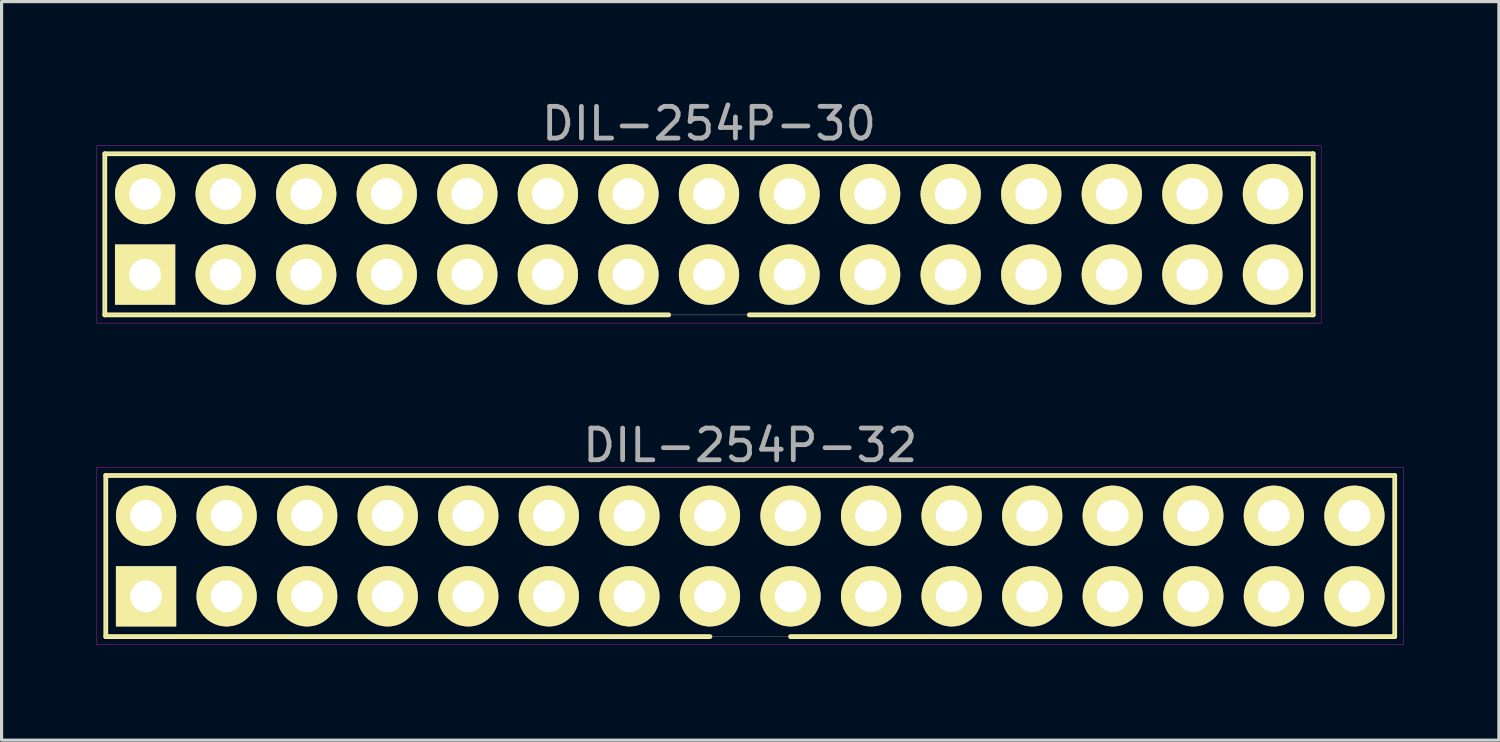
<source format=kicad_pcb>
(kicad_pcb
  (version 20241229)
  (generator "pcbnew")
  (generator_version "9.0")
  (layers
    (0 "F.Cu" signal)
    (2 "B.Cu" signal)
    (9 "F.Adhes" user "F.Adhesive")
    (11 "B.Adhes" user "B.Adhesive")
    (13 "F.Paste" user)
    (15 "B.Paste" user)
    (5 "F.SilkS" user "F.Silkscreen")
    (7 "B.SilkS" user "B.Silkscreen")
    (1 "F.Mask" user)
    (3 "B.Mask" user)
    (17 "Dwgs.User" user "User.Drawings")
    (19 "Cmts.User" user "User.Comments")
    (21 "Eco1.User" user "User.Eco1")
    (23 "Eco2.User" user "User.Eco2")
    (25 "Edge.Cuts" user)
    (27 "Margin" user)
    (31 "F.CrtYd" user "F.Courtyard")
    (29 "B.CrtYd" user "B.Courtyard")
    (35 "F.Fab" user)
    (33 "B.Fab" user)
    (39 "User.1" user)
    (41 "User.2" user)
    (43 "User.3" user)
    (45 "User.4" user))
  (footprint "DIL-254P-32"
    (layer "F.Cu")
    (at 20.605 14.482)
    (property "Reference" "DIL-254P-32" (at 0 -3.49 0) (layer "F.Fab") (effects (font (size 1 1) (thickness 0.15))))
    (attr through_hole)
    (fp_line (start -20.32 -2.54) (end 20.32 -2.54) (stroke (width 0.15) (type solid)) (layer "F.SilkS"))
    (fp_line (start -20.32 2.54) (end -20.32 -2.54) (stroke (width 0.15) (type solid)) (layer "F.SilkS"))
    (fp_line (start -1.27 2.54) (end -20.32 2.54) (stroke (width 0.15) (type solid)) (layer "F.SilkS"))
    (fp_line (start 20.32 -2.54) (end 20.32 2.54) (stroke (width 0.15) (type solid)) (layer "F.SilkS"))
    (fp_line (start 20.32 2.54) (end 1.27 2.54) (stroke (width 0.15) (type solid)) (layer "F.SilkS"))
    (fp_line (start -20.6 -2.8) (end 20.6 -2.8) (stroke (width 0.01) (type solid)) (layer "F.CrtYd"))
    (fp_line (start -20.6 2.8) (end -20.6 -2.8) (stroke (width 0.01) (type solid)) (layer "F.CrtYd"))
    (fp_line (start 20.6 -2.8) (end 20.6 2.8) (stroke (width 0.01) (type solid)) (layer "F.CrtYd"))
    (fp_line (start 20.6 2.8) (end -20.6 2.8) (stroke (width 0.01) (type solid)) (layer "F.CrtYd"))
    (fp_line (start -20.32 -2.54) (end 20.32 -2.54) (stroke (width 0.01) (type solid)) (layer "F.Fab"))
    (fp_line (start -20.32 2.54) (end -20.32 -2.54) (stroke (width 0.01) (type solid)) (layer "F.Fab"))
    (fp_line (start 20.32 -2.54) (end 20.32 2.54) (stroke (width 0.01) (type solid)) (layer "F.Fab"))
    (fp_line (start 20.32 2.54) (end -20.32 2.54) (stroke (width 0.01) (type solid)) (layer "F.Fab"))
    (pad "1" thru_hole rect (at -19.05 1.27) (size 1.9 1.9) (drill 1) (layers "*.Cu" "*.Mask" "F.SilkS"))
    (pad "2" thru_hole circle (at -19.05 -1.27) (size 1.9 1.9) (drill 1) (layers "*.Cu" "*.Mask" "F.SilkS"))
    (pad "3" thru_hole circle (at -16.51 1.27) (size 1.9 1.9) (drill 1) (layers "*.Cu" "*.Mask" "F.SilkS"))
    (pad "4" thru_hole circle (at -16.51 -1.27) (size 1.9 1.9) (drill 1) (layers "*.Cu" "*.Mask" "F.SilkS"))
    (pad "5" thru_hole circle (at -13.97 1.27) (size 1.9 1.9) (drill 1) (layers "*.Cu" "*.Mask" "F.SilkS"))
    (pad "6" thru_hole circle (at -13.97 -1.27) (size 1.9 1.9) (drill 1) (layers "*.Cu" "*.Mask" "F.SilkS"))
    (pad "7" thru_hole circle (at -11.43 1.27) (size 1.9 1.9) (drill 1) (layers "*.Cu" "*.Mask" "F.SilkS"))
    (pad "8" thru_hole circle (at -11.43 -1.27) (size 1.9 1.9) (drill 1) (layers "*.Cu" "*.Mask" "F.SilkS"))
    (pad "9" thru_hole circle (at -8.89 1.27) (size 1.9 1.9) (drill 1) (layers "*.Cu" "*.Mask" "F.SilkS"))
    (pad "10" thru_hole circle (at -8.89 -1.27) (size 1.9 1.9) (drill 1) (layers "*.Cu" "*.Mask" "F.SilkS"))
    (pad "11" thru_hole circle (at -6.35 1.27) (size 1.9 1.9) (drill 1) (layers "*.Cu" "*.Mask" "F.SilkS"))
    (pad "12" thru_hole circle (at -6.35 -1.27) (size 1.9 1.9) (drill 1) (layers "*.Cu" "*.Mask" "F.SilkS"))
    (pad "13" thru_hole circle (at -3.81 1.27) (size 1.9 1.9) (drill 1) (layers "*.Cu" "*.Mask" "F.SilkS"))
    (pad "14" thru_hole circle (at -3.81 -1.27) (size 1.9 1.9) (drill 1) (layers "*.Cu" "*.Mask" "F.SilkS"))
    (pad "15" thru_hole circle (at -1.27 1.27) (size 1.9 1.9) (drill 1) (layers "*.Cu" "*.Mask" "F.SilkS"))
    (pad "16" thru_hole circle (at -1.27 -1.27) (size 1.9 1.9) (drill 1) (layers "*.Cu" "*.Mask" "F.SilkS"))
    (pad "17" thru_hole circle (at 1.27 1.27) (size 1.9 1.9) (drill 1) (layers "*.Cu" "*.Mask" "F.SilkS"))
    (pad "18" thru_hole circle (at 1.27 -1.27) (size 1.9 1.9) (drill 1) (layers "*.Cu" "*.Mask" "F.SilkS"))
    (pad "19" thru_hole circle (at 3.81 1.27) (size 1.9 1.9) (drill 1) (layers "*.Cu" "*.Mask" "F.SilkS"))
    (pad "20" thru_hole circle (at 3.81 -1.27) (size 1.9 1.9) (drill 1) (layers "*.Cu" "*.Mask" "F.SilkS"))
    (pad "21" thru_hole circle (at 6.35 1.27) (size 1.9 1.9) (drill 1) (layers "*.Cu" "*.Mask" "F.SilkS"))
    (pad "22" thru_hole circle (at 6.35 -1.27) (size 1.9 1.9) (drill 1) (layers "*.Cu" "*.Mask" "F.SilkS"))
    (pad "23" thru_hole circle (at 8.89 1.27) (size 1.9 1.9) (drill 1) (layers "*.Cu" "*.Mask" "F.SilkS"))
    (pad "24" thru_hole circle (at 8.89 -1.27) (size 1.9 1.9) (drill 1) (layers "*.Cu" "*.Mask" "F.SilkS"))
    (pad "25" thru_hole circle (at 11.43 1.27) (size 1.9 1.9) (drill 1) (layers "*.Cu" "*.Mask" "F.SilkS"))
    (pad "26" thru_hole circle (at 11.43 -1.27) (size 1.9 1.9) (drill 1) (layers "*.Cu" "*.Mask" "F.SilkS"))
    (pad "27" thru_hole circle (at 13.97 1.27) (size 1.9 1.9) (drill 1) (layers "*.Cu" "*.Mask" "F.SilkS"))
    (pad "28" thru_hole circle (at 13.97 -1.27) (size 1.9 1.9) (drill 1) (layers "*.Cu" "*.Mask" "F.SilkS"))
    (pad "29" thru_hole circle (at 16.51 1.27) (size 1.9 1.9) (drill 1) (layers "*.Cu" "*.Mask" "F.SilkS"))
    (pad "30" thru_hole circle (at 16.51 -1.27) (size 1.9 1.9) (drill 1) (layers "*.Cu" "*.Mask" "F.SilkS"))
    (pad "31" thru_hole circle (at 19.05 1.27) (size 1.9 1.9) (drill 1) (layers "*.Cu" "*.Mask" "F.SilkS"))
    (pad "32" thru_hole circle (at 19.05 -1.27) (size 1.9 1.9) (drill 1) (layers "*.Cu" "*.Mask" "F.SilkS")))
  (footprint "DIL-254P-30"
    (layer "F.Cu")
    (at 19.305 4.338)
    (property "Reference" "DIL-254P-30" (at 0 -3.49 0) (layer "F.Fab") (effects (font (size 1 1) (thickness 0.15))))
    (attr through_hole)
    (fp_line (start -19.05 -2.54) (end 19.05 -2.54) (stroke (width 0.15) (type solid)) (layer "F.SilkS"))
    (fp_line (start -19.05 2.54) (end -19.05 -2.54) (stroke (width 0.15) (type solid)) (layer "F.SilkS"))
    (fp_line (start -1.27 2.54) (end -19.05 2.54) (stroke (width 0.15) (type solid)) (layer "F.SilkS"))
    (fp_line (start 19.05 -2.54) (end 19.05 2.54) (stroke (width 0.15) (type solid)) (layer "F.SilkS"))
    (fp_line (start 19.05 2.54) (end 1.27 2.54) (stroke (width 0.15) (type solid)) (layer "F.SilkS"))
    (fp_line (start -19.3 -2.8) (end 19.3 -2.8) (stroke (width 0.01) (type solid)) (layer "F.CrtYd"))
    (fp_line (start -19.3 2.8) (end -19.3 -2.8) (stroke (width 0.01) (type solid)) (layer "F.CrtYd"))
    (fp_line (start 19.3 -2.8) (end 19.3 2.8) (stroke (width 0.01) (type solid)) (layer "F.CrtYd"))
    (fp_line (start 19.3 2.8) (end -19.3 2.8) (stroke (width 0.01) (type solid)) (layer "F.CrtYd"))
    (fp_line (start -19.05 -2.54) (end 19.05 -2.54) (stroke (width 0.01) (type solid)) (layer "F.Fab"))
    (fp_line (start -19.05 2.54) (end -19.05 -2.54) (stroke (width 0.01) (type solid)) (layer "F.Fab"))
    (fp_line (start 19.05 -2.54) (end 19.05 2.54) (stroke (width 0.01) (type solid)) (layer "F.Fab"))
    (fp_line (start 19.05 2.54) (end -19.05 2.54) (stroke (width 0.01) (type solid)) (layer "F.Fab"))
    (pad "1" thru_hole rect (at -17.78 1.27) (size 1.9 1.9) (drill 1) (layers "*.Cu" "*.Mask" "F.SilkS"))
    (pad "2" thru_hole circle (at -17.78 -1.27) (size 1.9 1.9) (drill 1) (layers "*.Cu" "*.Mask" "F.SilkS"))
    (pad "3" thru_hole circle (at -15.24 1.27) (size 1.9 1.9) (drill 1) (layers "*.Cu" "*.Mask" "F.SilkS"))
    (pad "4" thru_hole circle (at -15.24 -1.27) (size 1.9 1.9) (drill 1) (layers "*.Cu" "*.Mask" "F.SilkS"))
    (pad "5" thru_hole circle (at -12.7 1.27) (size 1.9 1.9) (drill 1) (layers "*.Cu" "*.Mask" "F.SilkS"))
    (pad "6" thru_hole circle (at -12.7 -1.27) (size 1.9 1.9) (drill 1) (layers "*.Cu" "*.Mask" "F.SilkS"))
    (pad "7" thru_hole circle (at -10.16 1.27) (size 1.9 1.9) (drill 1) (layers "*.Cu" "*.Mask" "F.SilkS"))
    (pad "8" thru_hole circle (at -10.16 -1.27) (size 1.9 1.9) (drill 1) (layers "*.Cu" "*.Mask" "F.SilkS"))
    (pad "9" thru_hole circle (at -7.62 1.27) (size 1.9 1.9) (drill 1) (layers "*.Cu" "*.Mask" "F.SilkS"))
    (pad "10" thru_hole circle (at -7.62 -1.27) (size 1.9 1.9) (drill 1) (layers "*.Cu" "*.Mask" "F.SilkS"))
    (pad "11" thru_hole circle (at -5.08 1.27) (size 1.9 1.9) (drill 1) (layers "*.Cu" "*.Mask" "F.SilkS"))
    (pad "12" thru_hole circle (at -5.08 -1.27) (size 1.9 1.9) (drill 1) (layers "*.Cu" "*.Mask" "F.SilkS"))
    (pad "13" thru_hole circle (at -2.54 1.27) (size 1.9 1.9) (drill 1) (layers "*.Cu" "*.Mask" "F.SilkS"))
    (pad "14" thru_hole circle (at -2.54 -1.27) (size 1.9 1.9) (drill 1) (layers "*.Cu" "*.Mask" "F.SilkS"))
    (pad "15" thru_hole circle (at 0 1.27) (size 1.9 1.9) (drill 1) (layers "*.Cu" "*.Mask" "F.SilkS"))
    (pad "16" thru_hole circle (at 0 -1.27) (size 1.9 1.9) (drill 1) (layers "*.Cu" "*.Mask" "F.SilkS"))
    (pad "17" thru_hole circle (at 2.54 1.27) (size 1.9 1.9) (drill 1) (layers "*.Cu" "*.Mask" "F.SilkS"))
    (pad "18" thru_hole circle (at 2.54 -1.27) (size 1.9 1.9) (drill 1) (layers "*.Cu" "*.Mask" "F.SilkS"))
    (pad "19" thru_hole circle (at 5.08 1.27) (size 1.9 1.9) (drill 1) (layers "*.Cu" "*.Mask" "F.SilkS"))
    (pad "20" thru_hole circle (at 5.08 -1.27) (size 1.9 1.9) (drill 1) (layers "*.Cu" "*.Mask" "F.SilkS"))
    (pad "21" thru_hole circle (at 7.62 1.27) (size 1.9 1.9) (drill 1) (layers "*.Cu" "*.Mask" "F.SilkS"))
    (pad "22" thru_hole circle (at 7.62 -1.27) (size 1.9 1.9) (drill 1) (layers "*.Cu" "*.Mask" "F.SilkS"))
    (pad "23" thru_hole circle (at 10.16 1.27) (size 1.9 1.9) (drill 1) (layers "*.Cu" "*.Mask" "F.SilkS"))
    (pad "24" thru_hole circle (at 10.16 -1.27) (size 1.9 1.9) (drill 1) (layers "*.Cu" "*.Mask" "F.SilkS"))
    (pad "25" thru_hole circle (at 12.7 1.27) (size 1.9 1.9) (drill 1) (layers "*.Cu" "*.Mask" "F.SilkS"))
    (pad "26" thru_hole circle (at 12.7 -1.27) (size 1.9 1.9) (drill 1) (layers "*.Cu" "*.Mask" "F.SilkS"))
    (pad "27" thru_hole circle (at 15.24 1.27) (size 1.9 1.9) (drill 1) (layers "*.Cu" "*.Mask" "F.SilkS"))
    (pad "28" thru_hole circle (at 15.24 -1.27) (size 1.9 1.9) (drill 1) (layers "*.Cu" "*.Mask" "F.SilkS"))
    (pad "29" thru_hole circle (at 17.78 1.27) (size 1.9 1.9) (drill 1) (layers "*.Cu" "*.Mask" "F.SilkS"))
    (pad "30" thru_hole circle (at 17.78 -1.27) (size 1.9 1.9) (drill 1) (layers "*.Cu" "*.Mask" "F.SilkS")))
  (gr_rect
    (start -3 -3)
    (end 44.21 20.287)
    (stroke (width 0.1) (type default))
    (fill no)
    (layer "Edge.Cuts")))
</source>
